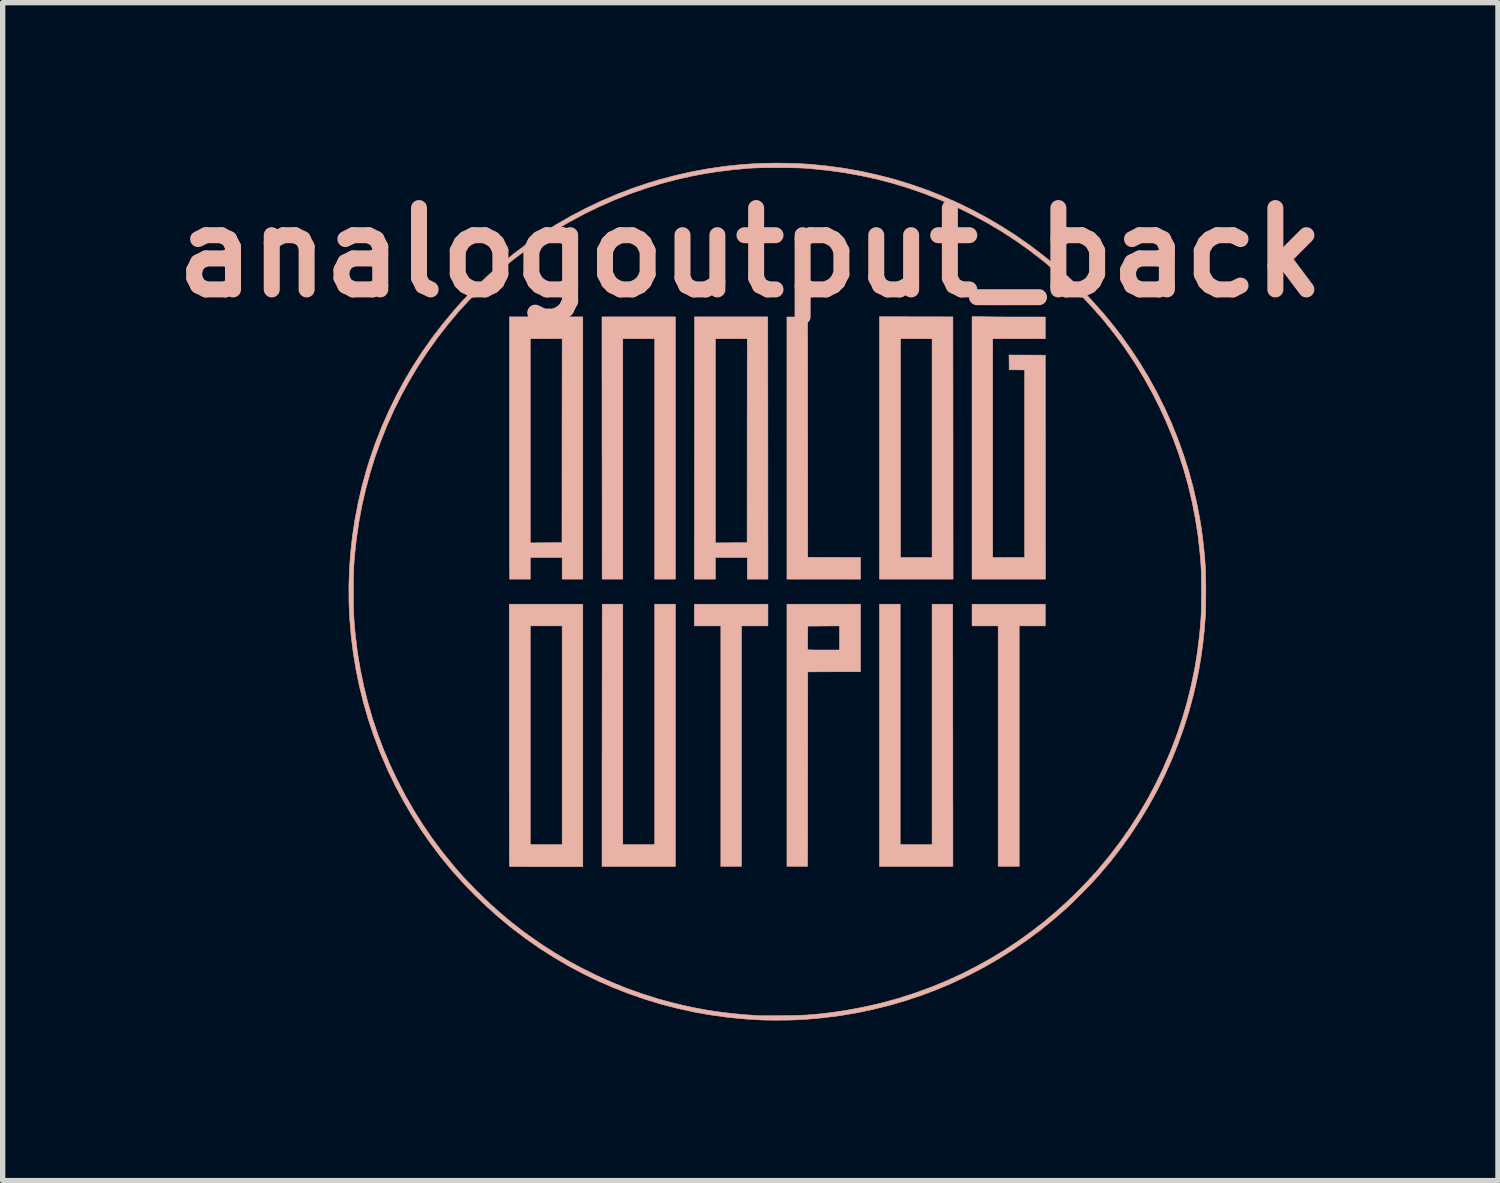
<source format=kicad_pcb>
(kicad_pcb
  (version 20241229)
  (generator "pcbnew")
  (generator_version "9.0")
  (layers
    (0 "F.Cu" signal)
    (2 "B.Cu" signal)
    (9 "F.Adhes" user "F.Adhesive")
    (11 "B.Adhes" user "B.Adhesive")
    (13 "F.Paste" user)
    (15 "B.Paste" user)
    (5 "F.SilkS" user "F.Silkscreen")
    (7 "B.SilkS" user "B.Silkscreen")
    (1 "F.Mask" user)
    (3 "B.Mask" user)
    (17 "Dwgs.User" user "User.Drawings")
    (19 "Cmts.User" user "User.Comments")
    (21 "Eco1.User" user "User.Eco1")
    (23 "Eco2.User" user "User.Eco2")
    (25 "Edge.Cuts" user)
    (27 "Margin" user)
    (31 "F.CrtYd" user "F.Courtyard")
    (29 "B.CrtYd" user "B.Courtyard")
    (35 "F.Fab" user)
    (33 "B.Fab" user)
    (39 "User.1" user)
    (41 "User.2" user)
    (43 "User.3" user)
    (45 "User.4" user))
  (footprint "analogoutput_back"
    (layer "F.Cu")
    (at 11.51 8.031)
    (property "Reference" "analogoutput_back" (at -0.508 -6.35 0) (layer "B.SilkS") (effects (font (size 1.524 1.524) (thickness 0.3))))
    (attr through_hole)
    (fp_poly (pts (xy -0.178 0.641) (xy -0.673 0.641) (xy -0.673 5.144) (xy -1.06 5.144) (xy -1.06 0.641) (xy -1.556 0.641) (xy -1.556 0.235) (xy -0.178 0.235) (xy -0.178 0.641)) (stroke (width 0.01) (type solid)) (fill yes) (layer "B.SilkS"))
    (fp_poly (pts (xy 0.567 -2.894) (xy 0.568 -0.645) (xy 1.062 -0.643) (xy 1.556 -0.641) (xy 1.556 -0.235) (xy 0.178 -0.235) (xy 0.178 -5.144) (xy 0.565 -5.144) (xy 0.567 -2.894)) (stroke (width 0.01) (type solid)) (fill yes) (layer "B.SilkS"))
    (fp_poly (pts (xy 5.016 0.641) (xy 4.528 0.641) (xy 4.528 5.144) (xy 4.134 5.144) (xy 4.134 0.641) (xy 3.645 0.641) (xy 3.645 0.235) (xy 5.016 0.235) (xy 5.016 0.641)) (stroke (width 0.01) (type solid)) (fill yes) (layer "B.SilkS"))
    (fp_poly (pts (xy 2.599 -5.148) (xy 3.286 -5.147) (xy 3.288 -2.691) (xy 3.289 -0.235) (xy 1.911 -0.235) (xy 1.911 -4.737) (xy 2.305 -4.737) (xy 2.305 -0.641) (xy 2.896 -0.641) (xy 2.896 -4.737) (xy 2.305 -4.737) (xy 1.911 -4.737) (xy 1.911 -5.15) (xy 2.599 -5.148)) (stroke (width 0.01) (type solid)) (fill yes) (layer "B.SilkS"))
    (fp_poly (pts (xy -0.179 -2.691) (xy -0.178 -0.235) (xy -0.565 -0.235) (xy -0.565 -0.641) (xy -1.162 -0.641) (xy -1.162 -0.235) (xy -1.556 -0.235) (xy -1.554 -2.691) (xy -1.553 -4.737) (xy -1.162 -4.737) (xy -1.162 -0.914) (xy -0.865 -0.916) (xy -0.568 -0.918) (xy -0.567 -2.827) (xy -0.565 -4.737) (xy -1.162 -4.737) (xy -1.553 -4.737) (xy -1.553 -5.147) (xy -0.181 -5.147) (xy -0.179 -2.691)) (stroke (width 0.01) (type solid)) (fill yes) (layer "B.SilkS"))
    (fp_poly (pts (xy 3.935 -5.148) (xy 3.999 -5.147) (xy 4.072 -5.146) (xy 4.153 -5.145) (xy 4.24 -5.145) (xy 4.329 -5.144) (xy 4.419 -5.144) (xy 4.507 -5.144) (xy 4.591 -5.144) (xy 4.621 -5.144) (xy 5.016 -5.144) (xy 5.016 -4.737) (xy 4.032 -4.737) (xy 4.032 -0.641) (xy 4.629 -0.641) (xy 4.629 -4.153) (xy 4.485 -4.154) (xy 4.34 -4.156) (xy 4.339 -4.294) (xy 4.337 -4.432) (xy 4.677 -4.431) (xy 5.017 -4.429) (xy 5.018 -2.332) (xy 5.02 -0.235) (xy 3.645 -0.235) (xy 3.645 -5.152) (xy 3.935 -5.148)) (stroke (width 0.01) (type solid)) (fill yes) (layer "B.SilkS"))
    (fp_poly (pts (xy -1.911 -0.235) (xy -2.299 -0.235) (xy -2.299 -4.737) (xy -2.896 -4.737) (xy -2.896 -0.235) (xy -3.283 -0.235) (xy -3.284 -2.486) (xy -3.285 -2.657) (xy -3.285 -2.825) (xy -3.285 -2.991) (xy -3.285 -3.153) (xy -3.285 -3.312) (xy -3.285 -3.466) (xy -3.285 -3.616) (xy -3.285 -3.76) (xy -3.285 -3.899) (xy -3.286 -4.032) (xy -3.286 -4.157) (xy -3.286 -4.276) (xy -3.286 -4.386) (xy -3.286 -4.488) (xy -3.286 -4.582) (xy -3.286 -4.666) (xy -3.286 -4.74) (xy -3.286 -4.804) (xy -3.286 -4.857) (xy -3.286 -4.899) (xy -3.286 -4.929) (xy -3.286 -4.942) (xy -3.286 -5.147) (xy -2.599 -5.147) (xy -1.911 -5.147) (xy -1.911 -0.235)) (stroke (width 0.01) (type solid)) (fill yes) (layer "B.SilkS"))
    (fp_poly (pts (xy 1.556 1.499) (xy 1.062 1.5) (xy 0.568 1.502) (xy 0.567 3.323) (xy 0.565 5.144) (xy 0.178 5.144) (xy 0.178 0.959) (xy 0.566 0.959) (xy 0.566 1.001) (xy 0.567 1.036) (xy 0.567 1.063) (xy 0.568 1.079) (xy 0.568 1.084) (xy 0.571 1.086) (xy 0.58 1.088) (xy 0.596 1.089) (xy 0.619 1.09) (xy 0.65 1.091) (xy 0.691 1.092) (xy 0.741 1.092) (xy 0.803 1.092) (xy 0.867 1.092) (xy 1.162 1.092) (xy 1.162 0.641) (xy 0.865 0.643) (xy 0.568 0.645) (xy 0.567 0.86) (xy 0.566 0.912) (xy 0.566 0.959) (xy 0.178 0.959) (xy 0.178 0.235) (xy 1.556 0.235) (xy 1.556 1.499)) (stroke (width 0.01) (type solid)) (fill yes) (layer "B.SilkS"))
    (fp_poly (pts (xy 2.299 4.737) (xy 2.896 4.737) (xy 2.896 0.235) (xy 3.283 0.235) (xy 3.284 2.486) (xy 3.285 2.657) (xy 3.285 2.825) (xy 3.285 2.991) (xy 3.285 3.153) (xy 3.285 3.312) (xy 3.285 3.466) (xy 3.285 3.616) (xy 3.285 3.76) (xy 3.285 3.899) (xy 3.286 4.032) (xy 3.286 4.157) (xy 3.286 4.276) (xy 3.286 4.386) (xy 3.286 4.488) (xy 3.286 4.582) (xy 3.286 4.666) (xy 3.286 4.74) (xy 3.286 4.804) (xy 3.286 4.857) (xy 3.286 4.899) (xy 3.286 4.929) (xy 3.286 4.942) (xy 3.286 5.147) (xy 2.599 5.147) (xy 1.911 5.147) (xy 1.911 0.235) (xy 2.299 0.235) (xy 2.299 4.737)) (stroke (width 0.01) (type solid)) (fill yes) (layer "B.SilkS"))
    (fp_poly (pts (xy -3.645 -0.235) (xy -4.032 -0.235) (xy -4.032 -0.641) (xy -4.629 -0.641) (xy -4.629 -0.235) (xy -5.016 -0.235) (xy -5.017 -0.437) (xy -5.017 -0.458) (xy -5.017 -0.492) (xy -5.017 -0.537) (xy -5.017 -0.594) (xy -5.017 -0.662) (xy -5.017 -0.739) (xy -5.017 -0.826) (xy -5.017 -0.923) (xy -5.017 -1.028) (xy -5.017 -1.141) (xy -5.017 -1.261) (xy -5.017 -1.389) (xy -5.017 -1.524) (xy -5.017 -1.664) (xy -5.017 -1.811) (xy -5.017 -1.962) (xy -5.017 -2.118) (xy -5.017 -2.278) (xy -5.017 -2.441) (xy -5.017 -2.608) (xy -5.017 -2.777) (xy -5.017 -2.892) (xy -5.018 -4.737) (xy -4.629 -4.737) (xy -4.629 -0.914) (xy -4.332 -0.916) (xy -4.035 -0.918) (xy -4.034 -2.827) (xy -4.032 -4.737) (xy -4.629 -4.737) (xy -5.018 -4.737) (xy -5.018 -5.147) (xy -4.331 -5.147) (xy -3.645 -5.147) (xy -3.645 -0.235)) (stroke (width 0.01) (type solid)) (fill yes) (layer "B.SilkS"))
    (fp_poly (pts (xy -2.896 4.737) (xy -2.299 4.737) (xy -2.299 0.235) (xy -1.911 0.235) (xy -1.911 5.147) (xy -2.598 5.147) (xy -2.69 5.147) (xy -2.778 5.147) (xy -2.863 5.147) (xy -2.942 5.147) (xy -3.014 5.146) (xy -3.08 5.146) (xy -3.138 5.146) (xy -3.188 5.145) (xy -3.228 5.145) (xy -3.259 5.145) (xy -3.278 5.144) (xy -3.285 5.144) (xy -3.285 5.144) (xy -3.285 5.137) (xy -3.285 5.118) (xy -3.285 5.088) (xy -3.285 5.046) (xy -3.285 4.993) (xy -3.285 4.929) (xy -3.285 4.856) (xy -3.285 4.772) (xy -3.285 4.68) (xy -3.285 4.578) (xy -3.285 4.469) (xy -3.285 4.351) (xy -3.285 4.226) (xy -3.285 4.094) (xy -3.285 3.955) (xy -3.285 3.81) (xy -3.285 3.659) (xy -3.285 3.503) (xy -3.285 3.342) (xy -3.285 3.177) (xy -3.284 3.007) (xy -3.284 2.834) (xy -3.284 2.688) (xy -3.282 0.235) (xy -2.896 0.235) (xy -2.896 4.737)) (stroke (width 0.01) (type solid)) (fill yes) (layer "B.SilkS"))
    (fp_poly (pts (xy -3.645 5.15) (xy -4.33 5.15) (xy -4.422 5.15) (xy -4.51 5.15) (xy -4.595 5.15) (xy -4.674 5.149) (xy -4.747 5.149) (xy -4.813 5.149) (xy -4.871 5.148) (xy -4.921 5.148) (xy -4.961 5.147) (xy -4.992 5.147) (xy -5.011 5.146) (xy -5.019 5.146) (xy -5.019 5.146) (xy -5.019 5.139) (xy -5.019 5.12) (xy -5.02 5.089) (xy -5.02 5.047) (xy -5.02 4.994) (xy -5.02 4.931) (xy -5.021 4.857) (xy -5.021 4.774) (xy -5.021 4.681) (xy -5.021 4.58) (xy -5.022 4.47) (xy -5.022 4.352) (xy -5.022 4.227) (xy -5.022 4.095) (xy -5.022 3.956) (xy -5.022 3.811) (xy -5.023 3.66) (xy -5.023 3.504) (xy -5.023 3.343) (xy -5.023 3.178) (xy -5.023 3.008) (xy -5.023 2.835) (xy -5.023 2.688) (xy -5.023 0.641) (xy -4.629 0.641) (xy -4.629 4.737) (xy -4.032 4.737) (xy -4.032 0.641) (xy -4.629 0.641) (xy -5.023 0.641) (xy -5.023 0.235) (xy -3.645 0.235) (xy -3.645 5.15)) (stroke (width 0.01) (type solid)) (fill yes) (layer "B.SilkS"))
    (fp_poly (pts (xy 0.175 -8.024) (xy 0.391 -8.017) (xy 0.599 -8.005) (xy 0.61 -8.004) (xy 0.928 -7.973) (xy 1.245 -7.93) (xy 1.558 -7.874) (xy 1.868 -7.806) (xy 2.175 -7.727) (xy 2.478 -7.635) (xy 2.777 -7.532) (xy 3.071 -7.416) (xy 3.361 -7.289) (xy 3.646 -7.151) (xy 3.926 -7.001) (xy 4.2 -6.84) (xy 4.469 -6.668) (xy 4.724 -6.489) (xy 4.972 -6.301) (xy 5.214 -6.103) (xy 5.448 -5.894) (xy 5.675 -5.676) (xy 5.893 -5.45) (xy 6.102 -5.215) (xy 6.3 -4.974) (xy 6.434 -4.8) (xy 6.619 -4.541) (xy 6.793 -4.276) (xy 6.957 -4.004) (xy 7.109 -3.726) (xy 7.251 -3.443) (xy 7.381 -3.155) (xy 7.499 -2.861) (xy 7.606 -2.563) (xy 7.702 -2.261) (xy 7.785 -1.956) (xy 7.856 -1.647) (xy 7.909 -1.368) (xy 7.937 -1.196) (xy 7.961 -1.025) (xy 7.981 -0.852) (xy 7.999 -0.674) (xy 8.013 -0.488) (xy 8.015 -0.46) (xy 8.017 -0.42) (xy 8.019 -0.369) (xy 8.02 -0.309) (xy 8.021 -0.241) (xy 8.022 -0.168) (xy 8.023 -0.091) (xy 8.023 -0.012) (xy 8.023 0.068) (xy 8.022 0.145) (xy 8.022 0.22) (xy 8.021 0.289) (xy 8.019 0.351) (xy 8.018 0.405) (xy 8.016 0.448) (xy 8.015 0.457) (xy 7.994 0.725) (xy 7.966 0.984) (xy 7.931 1.236) (xy 7.889 1.483) (xy 7.839 1.726) (xy 7.788 1.943) (xy 7.704 2.253) (xy 7.608 2.559) (xy 7.5 2.859) (xy 7.381 3.154) (xy 7.251 3.443) (xy 7.109 3.727) (xy 6.956 4.005) (xy 6.792 4.277) (xy 6.617 4.543) (xy 6.431 4.803) (xy 6.234 5.056) (xy 6.026 5.302) (xy 5.954 5.383) (xy 5.922 5.418) (xy 5.883 5.46) (xy 5.837 5.508) (xy 5.787 5.559) (xy 5.734 5.613) (xy 5.68 5.668) (xy 5.625 5.723) (xy 5.573 5.775) (xy 5.523 5.824) (xy 5.478 5.867) (xy 5.439 5.903) (xy 5.42 5.922) (xy 5.177 6.134) (xy 4.928 6.336) (xy 4.672 6.527) (xy 4.41 6.707) (xy 4.142 6.876) (xy 3.868 7.034) (xy 3.588 7.18) (xy 3.304 7.316) (xy 3.014 7.44) (xy 2.72 7.552) (xy 2.421 7.653) (xy 2.118 7.742) (xy 1.811 7.819) (xy 1.501 7.885) (xy 1.186 7.938) (xy 0.869 7.979) (xy 0.549 8.008) (xy 0.333 8.02) (xy 0.294 8.021) (xy 0.245 8.023) (xy 0.187 8.024) (xy 0.124 8.024) (xy 0.058 8.025) (xy -0.01 8.025) (xy -0.076 8.025) (xy -0.139 8.025) (xy -0.196 8.024) (xy -0.246 8.023) (xy -0.285 8.022) (xy -0.289 8.022) (xy -0.611 8.003) (xy -0.93 7.972) (xy -1.246 7.928) (xy -1.56 7.873) (xy -1.869 7.805) (xy -2.176 7.726) (xy -2.478 7.634) (xy -2.776 7.532) (xy -3.069 7.417) (xy -3.358 7.291) (xy -3.641 7.154) (xy -3.919 7.006) (xy -4.191 6.846) (xy -4.458 6.676) (xy -4.718 6.494) (xy -4.971 6.302) (xy -5.026 6.259) (xy -5.237 6.082) (xy -5.446 5.895) (xy -5.651 5.699) (xy -5.849 5.496) (xy -6.038 5.288) (xy -6.106 5.21) (xy -6.304 4.97) (xy -6.492 4.72) (xy -6.672 4.463) (xy -6.841 4.198) (xy -7 3.927) (xy -7.149 3.649) (xy -7.287 3.366) (xy -7.413 3.077) (xy -7.455 2.975) (xy -7.567 2.678) (xy -7.667 2.377) (xy -7.754 2.073) (xy -7.83 1.767) (xy -7.893 1.458) (xy -7.944 1.148) (xy -7.983 0.836) (xy -8.009 0.524) (xy -8.024 0.21) (xy -8.025 0) (xy -7.941 0) (xy -7.94 0.096) (xy -7.94 0.182) (xy -7.939 0.258) (xy -7.938 0.326) (xy -7.937 0.389) (xy -7.934 0.449) (xy -7.931 0.505) (xy -7.928 0.562) (xy -7.923 0.62) (xy -7.918 0.68) (xy -7.912 0.746) (xy -7.904 0.818) (xy -7.902 0.838) (xy -7.863 1.152) (xy -7.811 1.463) (xy -7.747 1.771) (xy -7.671 2.076) (xy -7.583 2.377) (xy -7.483 2.675) (xy -7.372 2.968) (xy -7.249 3.256) (xy -7.114 3.54) (xy -6.969 3.818) (xy -6.812 4.091) (xy -6.645 4.358) (xy -6.467 4.618) (xy -6.278 4.872) (xy -6.084 5.112) (xy -6.025 5.181) (xy -5.968 5.247) (xy -5.912 5.31) (xy -5.854 5.373) (xy -5.792 5.439) (xy -5.725 5.508) (xy -5.652 5.582) (xy -5.62 5.614) (xy -5.492 5.74) (xy -5.368 5.858) (xy -5.246 5.968) (xy -5.124 6.074) (xy -5 6.177) (xy -4.871 6.278) (xy -4.736 6.381) (xy -4.663 6.434) (xy -4.421 6.603) (xy -4.17 6.764) (xy -3.911 6.917) (xy -3.645 7.06) (xy -3.375 7.193) (xy -3.1 7.316) (xy -2.822 7.429) (xy -2.542 7.529) (xy -2.261 7.618) (xy -2.226 7.629) (xy -1.996 7.692) (xy -1.77 7.747) (xy -1.545 7.795) (xy -1.32 7.836) (xy -1.092 7.871) (xy -0.858 7.899) (xy -0.618 7.922) (xy -0.368 7.939) (xy -0.349 7.94) (xy -0.321 7.941) (xy -0.282 7.942) (xy -0.234 7.942) (xy -0.177 7.942) (xy -0.114 7.942) (xy -0.046 7.942) (xy 0.025 7.941) (xy 0.097 7.94) (xy 0.17 7.939) (xy 0.241 7.938) (xy 0.309 7.937) (xy 0.372 7.935) (xy 0.429 7.934) (xy 0.478 7.932) (xy 0.518 7.93) (xy 0.546 7.929) (xy 0.691 7.917) (xy 0.826 7.904) (xy 0.955 7.889) (xy 1.083 7.872) (xy 1.212 7.853) (xy 1.34 7.832) (xy 1.649 7.773) (xy 1.956 7.702) (xy 2.259 7.619) (xy 2.559 7.523) (xy 2.854 7.416) (xy 3.145 7.298) (xy 3.431 7.168) (xy 3.712 7.026) (xy 3.987 6.874) (xy 4.256 6.711) (xy 4.518 6.537) (xy 4.774 6.352) (xy 4.982 6.191) (xy 5.19 6.017) (xy 5.394 5.834) (xy 5.594 5.643) (xy 5.785 5.447) (xy 5.967 5.248) (xy 6.022 5.185) (xy 6.225 4.939) (xy 6.418 4.686) (xy 6.6 4.426) (xy 6.771 4.16) (xy 6.931 3.887) (xy 7.08 3.607) (xy 7.218 3.322) (xy 7.345 3.031) (xy 7.376 2.955) (xy 7.489 2.657) (xy 7.589 2.356) (xy 7.677 2.052) (xy 7.752 1.745) (xy 7.816 1.435) (xy 7.867 1.123) (xy 7.905 0.809) (xy 7.912 0.74) (xy 7.918 0.674) (xy 7.923 0.616) (xy 7.927 0.562) (xy 7.931 0.511) (xy 7.934 0.461) (xy 7.936 0.411) (xy 7.938 0.359) (xy 7.939 0.302) (xy 7.94 0.24) (xy 7.94 0.171) (xy 7.941 0.093) (xy 7.941 0.003) (xy 7.941 0) (xy 7.941 -0.09) (xy 7.94 -0.169) (xy 7.94 -0.238) (xy 7.939 -0.3) (xy 7.938 -0.357) (xy 7.936 -0.409) (xy 7.934 -0.459) (xy 7.931 -0.509) (xy 7.927 -0.56) (xy 7.923 -0.614) (xy 7.918 -0.672) (xy 7.912 -0.738) (xy 7.912 -0.74) (xy 7.876 -1.053) (xy 7.828 -1.365) (xy 7.768 -1.674) (xy 7.696 -1.98) (xy 7.611 -2.283) (xy 7.515 -2.582) (xy 7.407 -2.878) (xy 7.287 -3.168) (xy 7.156 -3.454) (xy 7.014 -3.735) (xy 6.86 -4.01) (xy 6.696 -4.28) (xy 6.52 -4.542) (xy 6.491 -4.585) (xy 6.304 -4.838) (xy 6.107 -5.085) (xy 5.899 -5.323) (xy 5.683 -5.554) (xy 5.456 -5.776) (xy 5.221 -5.99) (xy 4.977 -6.195) (xy 4.953 -6.214) (xy 4.709 -6.401) (xy 4.457 -6.579) (xy 4.197 -6.748) (xy 3.929 -6.907) (xy 3.655 -7.055) (xy 3.375 -7.194) (xy 3.089 -7.321) (xy 2.799 -7.437) (xy 2.718 -7.467) (xy 2.434 -7.565) (xy 2.148 -7.651) (xy 1.859 -7.727) (xy 1.564 -7.791) (xy 1.265 -7.845) (xy 0.96 -7.888) (xy 0.649 -7.92) (xy 0.54 -7.929) (xy 0.489 -7.932) (xy 0.427 -7.935) (xy 0.355 -7.937) (xy 0.277 -7.939) (xy 0.193 -7.94) (xy 0.105 -7.941) (xy 0.015 -7.941) (xy -0.076 -7.941) (xy -0.165 -7.941) (xy -0.25 -7.94) (xy -0.331 -7.938) (xy -0.404 -7.936) (xy -0.47 -7.933) (xy -0.525 -7.93) (xy -0.54 -7.929) (xy -0.816 -7.904) (xy -1.083 -7.872) (xy -1.344 -7.832) (xy -1.6 -7.784) (xy -1.854 -7.727) (xy -2.108 -7.662) (xy -2.157 -7.648) (xy -2.457 -7.557) (xy -2.753 -7.454) (xy -3.046 -7.339) (xy -3.333 -7.213) (xy -3.616 -7.075) (xy -3.893 -6.927) (xy -4.164 -6.767) (xy -4.428 -6.598) (xy -4.685 -6.418) (xy -4.935 -6.229) (xy -5.07 -6.119) (xy -5.215 -5.995) (xy -5.361 -5.864) (xy -5.507 -5.727) (xy -5.65 -5.587) (xy -5.787 -5.446) (xy -5.916 -5.307) (xy -5.979 -5.236) (xy -6.182 -4.993) (xy -6.376 -4.743) (xy -6.559 -4.486) (xy -6.732 -4.223) (xy -6.893 -3.953) (xy -7.044 -3.678) (xy -7.184 -3.397) (xy -7.312 -3.111) (xy -7.429 -2.82) (xy -7.535 -2.525) (xy -7.628 -2.226) (xy -7.71 -1.923) (xy -7.781 -1.617) (xy -7.838 -1.307) (xy -7.884 -0.995) (xy -7.902 -0.838) (xy -7.91 -0.764) (xy -7.916 -0.697) (xy -7.922 -0.635) (xy -7.927 -0.577) (xy -7.931 -0.52) (xy -7.934 -0.463) (xy -7.936 -0.405) (xy -7.938 -0.343) (xy -7.939 -0.276) (xy -7.94 -0.202) (xy -7.94 -0.119) (xy -7.941 -0.026) (xy -7.941 0) (xy -8.025 0) (xy -8.026 -0.104) (xy -8.016 -0.418) (xy -7.993 -0.731) (xy -7.959 -1.044) (xy -7.912 -1.355) (xy -7.852 -1.665) (xy -7.781 -1.973) (xy -7.697 -2.278) (xy -7.629 -2.496) (xy -7.524 -2.797) (xy -7.407 -3.093) (xy -7.279 -3.383) (xy -7.139 -3.669) (xy -6.989 -3.948) (xy -6.827 -4.222) (xy -6.654 -4.489) (xy -6.471 -4.749) (xy -6.277 -5.002) (xy -6.073 -5.249) (xy -5.922 -5.42) (xy -5.892 -5.452) (xy -5.854 -5.491) (xy -5.811 -5.536) (xy -5.763 -5.585) (xy -5.712 -5.636) (xy -5.66 -5.688) (xy -5.608 -5.74) (xy -5.558 -5.789) (xy -5.511 -5.835) (xy -5.469 -5.875) (xy -5.433 -5.909) (xy -5.42 -5.922) (xy -5.179 -6.133) (xy -4.931 -6.334) (xy -4.676 -6.524) (xy -4.414 -6.704) (xy -4.145 -6.874) (xy -3.87 -7.032) (xy -3.59 -7.179) (xy -3.304 -7.315) (xy -3.012 -7.44) (xy -2.715 -7.554) (xy -2.414 -7.655) (xy -2.223 -7.713) (xy -1.914 -7.795) (xy -1.602 -7.865) (xy -1.287 -7.923) (xy -0.97 -7.968) (xy -0.686 -7.998) (xy -0.478 -8.012) (xy -0.263 -8.022) (xy -0.044 -8.026) (xy 0.175 -8.024)) (stroke (width 0.01) (type solid)) (fill yes) (layer "B.SilkS")))
  (gr_rect
    (start -3 -3)
    (end 25.004 19.061)
    (stroke (width 0.1) (type default))
    (fill no)
    (layer "Edge.Cuts")))
</source>
